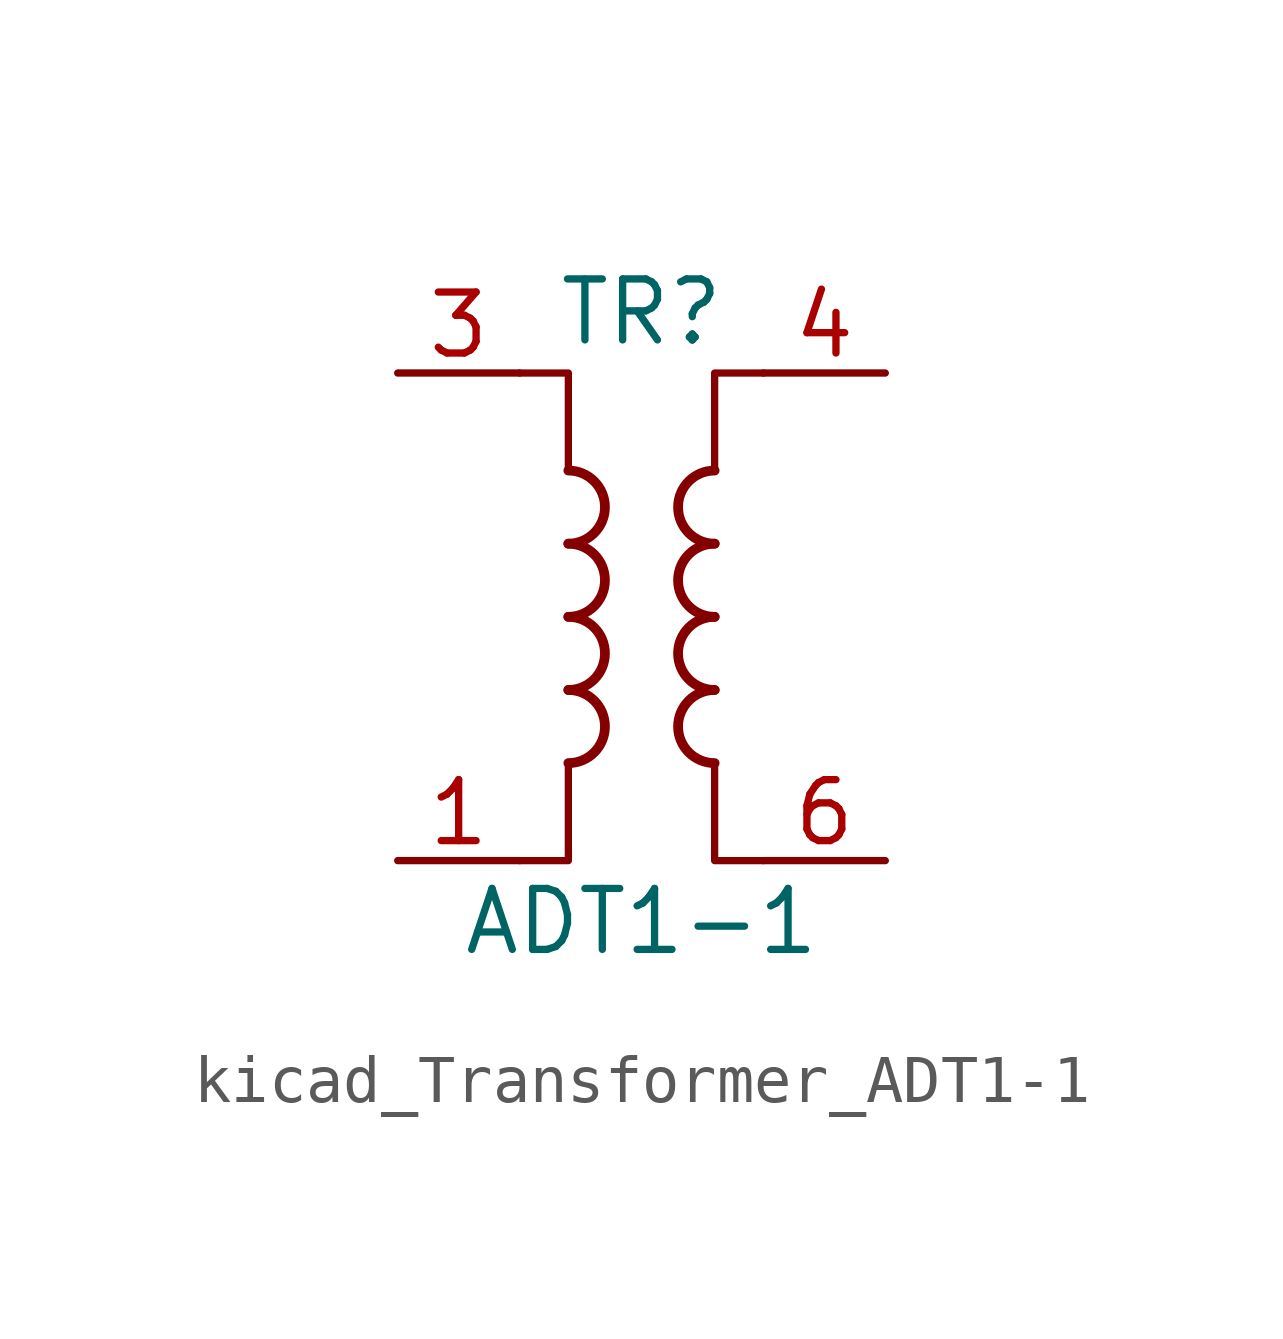
<source format=kicad_sym>
(kicad_symbol_lib
  (version 20220914)
  (generator kicad_symbol_editor)
  (symbol "kicad_Transformer_ADT1-1"
    (pin_names hide)
    (property "Reference" "TR"
      (at 0 6.35 0)
      (effects (font (size 1.27 1.27))))
    (property "Value" "ADT1-1"
      (at 0 -6.35 0)
      (effects (font (size 1.27 1.27))))
    (symbol "kicad_Transformer_ADT1-1_0_1"
      (arc (start -1.524 -3.048) (mid -0.7653 -2.286) (end -1.524 -1.524) (stroke (width 0.2032) (type default)) (fill (type none)))
      (arc (start -1.524 -1.524) (mid -0.7653 -0.762) (end -1.524 0) (stroke (width 0.2032) (type default)) (fill (type none)))
      (arc (start -1.524 0) (mid -0.7653 0.762) (end -1.524 1.524) (stroke (width 0.2032) (type default)) (fill (type none)))
      (arc (start -1.524 1.524) (mid -0.7653 2.286) (end -1.524 3.048) (stroke (width 0.2032) (type default)) (fill (type none)))
      (polyline (pts (xy -2.54 5.08) (xy -1.524 5.08) (xy -1.524 3.048)) (stroke (width 0.152) (type default)) (fill (type none)))
      (polyline (pts (xy -1.524 -3.048) (xy -1.524 -5.08) (xy -2.54 -5.08)) (stroke (width 0.152) (type default)) (fill (type none)))
      (polyline (pts (xy 1.524 3.048) (xy 1.524 5.08) (xy 2.54 5.08)) (stroke (width 0.152) (type default)) (fill (type none)))
      (polyline (pts (xy 2.54 -5.08) (xy 1.524 -5.08) (xy 1.524 -3.048)) (stroke (width 0.152) (type default)) (fill (type none)))
      (arc (start 1.524 -1.524) (mid 0.7653 -2.286) (end 1.524 -3.048) (stroke (width 0.2032) (type default)) (fill (type none)))
      (arc (start 1.524 0) (mid 0.7653 -0.762) (end 1.524 -1.524) (stroke (width 0.2032) (type default)) (fill (type none)))
      (arc (start 1.524 1.524) (mid 0.7653 0.762) (end 1.524 0) (stroke (width 0.2032) (type default)) (fill (type none)))
      (arc (start 1.524 3.048) (mid 0.7653 2.286) (end 1.524 1.524) (stroke (width 0.2032) (type default)) (fill (type none))))
    (symbol "kicad_Transformer_ADT1-1_1_1"
      (pin passive line (at -5.08 -5.08 0) (length 2.54) (name "~" (effects (font (size 1.27 1.27)))) (number "1" (effects (font (size 1.27 1.27)))))
      (pin passive line (at -5.08 5.08 0) (length 2.54) (name "~" (effects (font (size 1.27 1.27)))) (number "3" (effects (font (size 1.27 1.27)))))
      (pin passive line (at 5.08 5.08 180) (length 2.54) (name "~" (effects (font (size 1.27 1.27)))) (number "4" (effects (font (size 1.27 1.27)))))
      (pin passive line (at 5.08 -5.08 180) (length 2.54) (name "~" (effects (font (size 1.27 1.27)))) (number "6" (effects (font (size 1.27 1.27))))))))
</source>
